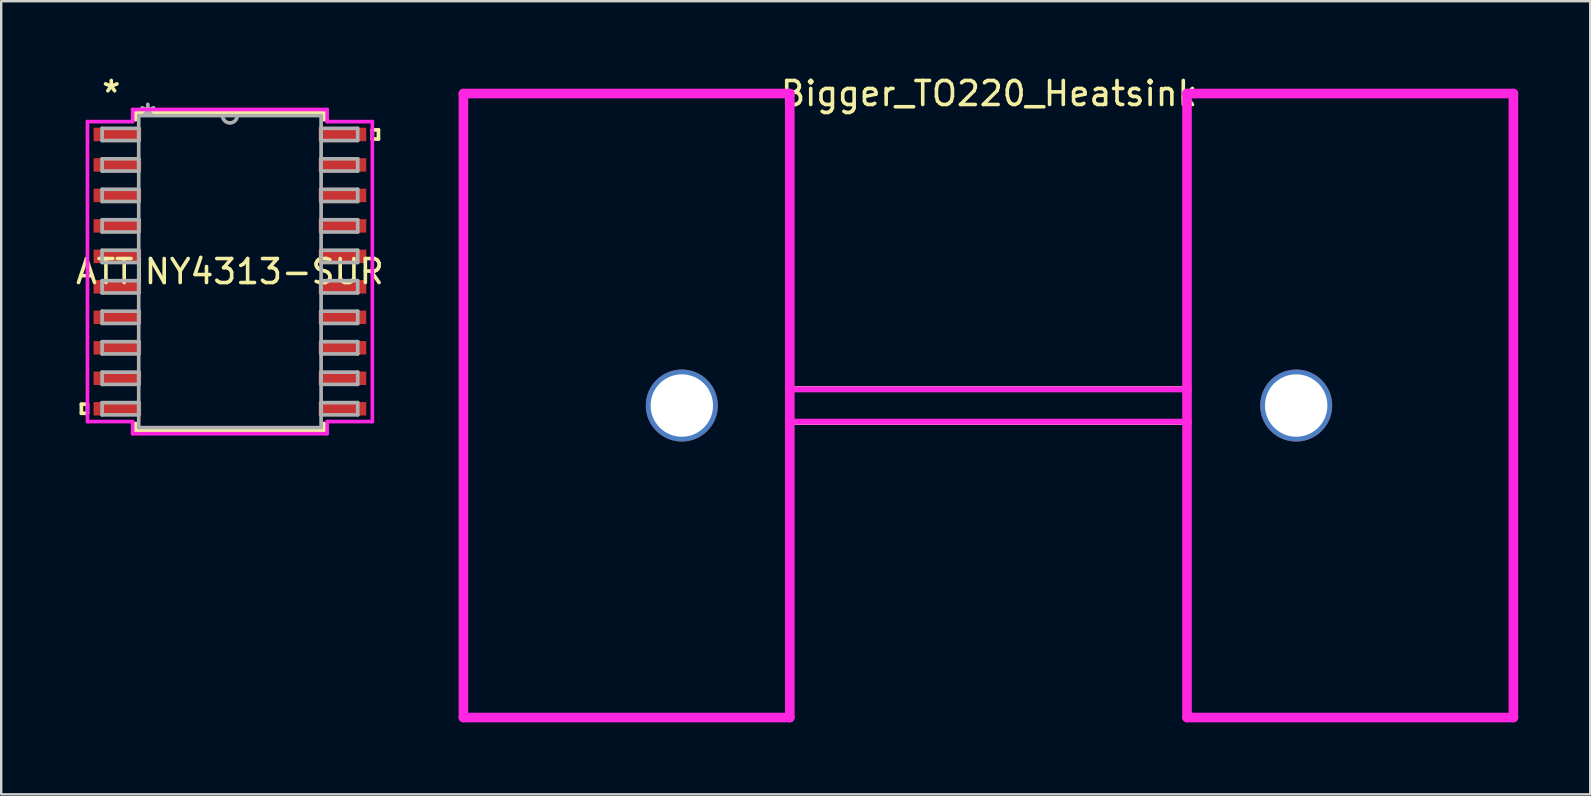
<source format=kicad_pcb>
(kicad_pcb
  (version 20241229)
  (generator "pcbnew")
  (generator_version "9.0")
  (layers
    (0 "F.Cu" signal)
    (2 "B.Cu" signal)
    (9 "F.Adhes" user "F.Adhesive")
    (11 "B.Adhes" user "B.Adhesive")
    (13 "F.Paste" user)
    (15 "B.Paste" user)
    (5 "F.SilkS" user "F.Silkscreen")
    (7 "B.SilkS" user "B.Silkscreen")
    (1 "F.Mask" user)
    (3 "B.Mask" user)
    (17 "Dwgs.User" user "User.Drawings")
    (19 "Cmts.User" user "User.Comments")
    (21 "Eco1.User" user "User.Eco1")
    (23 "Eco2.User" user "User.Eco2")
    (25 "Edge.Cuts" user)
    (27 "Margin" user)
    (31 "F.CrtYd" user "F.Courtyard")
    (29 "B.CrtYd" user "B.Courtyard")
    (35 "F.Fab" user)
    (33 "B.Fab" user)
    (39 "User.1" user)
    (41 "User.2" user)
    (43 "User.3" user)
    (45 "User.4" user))
  (footprint "Bigger_TO220_Heatsink"
    (layer "F.Cu")
    (at 38.16 13.848)
    (property "Reference" "Bigger_TO220_Heatsink" (at 0 -13 0) (layer "F.SilkS") (effects (font (size 1 1) (thickness 0.15))))
    (attr through_hole)
    (fp_line (start -21.9 -13) (end -8.3 -13) (stroke (width 0.2) (type solid)) (layer "F.SilkS"))
    (fp_line (start -21.9 13) (end -21.9 -13) (stroke (width 0.2) (type solid)) (layer "F.SilkS"))
    (fp_line (start -8.3 -13) (end -8.3 13) (stroke (width 0.2) (type solid)) (layer "F.SilkS"))
    (fp_line (start -8.3 -0.75) (end 8.25 -0.75) (stroke (width 0.12) (type solid)) (layer "F.SilkS"))
    (fp_line (start -8.3 0.75) (end 8.25 0.75) (stroke (width 0.12) (type solid)) (layer "F.SilkS"))
    (fp_line (start -8.3 13) (end -21.9 13) (stroke (width 0.2) (type solid)) (layer "F.SilkS"))
    (fp_line (start 8.25 -13) (end 21.85 -13) (stroke (width 0.2) (type solid)) (layer "F.SilkS"))
    (fp_line (start 8.25 13) (end 8.25 -13) (stroke (width 0.2) (type solid)) (layer "F.SilkS"))
    (fp_line (start 21.85 -13) (end 21.85 13) (stroke (width 0.2) (type solid)) (layer "F.SilkS"))
    (fp_line (start 21.85 13) (end 8.25 13) (stroke (width 0.2) (type solid)) (layer "F.SilkS"))
    (fp_line (start -21.9 -13) (end -8.3 -13) (stroke (width 0.4) (type solid)) (layer "F.CrtYd"))
    (fp_line (start -21.9 13) (end -21.9 -13) (stroke (width 0.4) (type solid)) (layer "F.CrtYd"))
    (fp_line (start -8.3 -13) (end -8.3 -0.675) (stroke (width 0.4) (type solid)) (layer "F.CrtYd"))
    (fp_line (start -8.3 -0.675) (end -8.3 0.675) (stroke (width 0.4) (type solid)) (layer "F.CrtYd"))
    (fp_line (start -8.3 -0.675) (end 8.25 -0.675) (stroke (width 0.25) (type solid)) (layer "F.CrtYd"))
    (fp_line (start -8.3 0.675) (end -8.3 13) (stroke (width 0.4) (type solid)) (layer "F.CrtYd"))
    (fp_line (start -8.3 0.675) (end 8.25 0.675) (stroke (width 0.25) (type solid)) (layer "F.CrtYd"))
    (fp_line (start -8.3 13) (end -21.9 13) (stroke (width 0.4) (type solid)) (layer "F.CrtYd"))
    (fp_line (start 8.25 -13) (end 8.25 -0.675) (stroke (width 0.4) (type solid)) (layer "F.CrtYd"))
    (fp_line (start 8.25 -0.675) (end 8.25 0.675) (stroke (width 0.4) (type solid)) (layer "F.CrtYd"))
    (fp_line (start 8.25 0.675) (end 8.25 13) (stroke (width 0.4) (type solid)) (layer "F.CrtYd"))
    (fp_line (start 21.85 -13) (end 8.25 -13) (stroke (width 0.4) (type solid)) (layer "F.CrtYd"))
    (fp_line (start 21.85 -13) (end 21.85 13) (stroke (width 0.4) (type solid)) (layer "F.CrtYd"))
    (fp_line (start 21.85 13) (end 8.25 13) (stroke (width 0.4) (type solid)) (layer "F.CrtYd"))
    (pad "1" thru_hole circle (at -12.8 0) (size 3 3) (drill 2.6) (layers "*.Cu" "*.Mask"))
    (pad "1" thru_hole circle (at 12.8 0) (size 3 3) (drill 2.6) (layers "*.Cu" "*.Mask")))
  (footprint "ATTINY4313-SUR"
    (layer "F.Cu")
    (at 6.53 8.267)
    (property "Reference" "ATTINY4313-SUR" (at 0 0 0) (layer "F.SilkS") (effects (font (size 1 1) (thickness 0.15))))
    (attr through_hole)
    (fp_line (start -6.189 5.524) (end -6.189 5.905) (stroke (width 0.152) (type solid)) (layer "F.SilkS"))
    (fp_line (start -6.189 5.905) (end -5.935 5.905) (stroke (width 0.152) (type solid)) (layer "F.SilkS"))
    (fp_line (start -5.935 5.524) (end -6.189 5.524) (stroke (width 0.152) (type solid)) (layer "F.SilkS"))
    (fp_line (start -5.935 5.905) (end -5.935 5.524) (stroke (width 0.152) (type solid)) (layer "F.SilkS"))
    (fp_line (start -3.927 -6.627) (end -3.927 -6.328) (stroke (width 0.152) (type solid)) (layer "F.SilkS"))
    (fp_line (start -3.927 6.328) (end -3.927 6.627) (stroke (width 0.152) (type solid)) (layer "F.SilkS"))
    (fp_line (start -3.927 6.627) (end 3.927 6.627) (stroke (width 0.152) (type solid)) (layer "F.SilkS"))
    (fp_line (start 3.927 -6.627) (end -3.927 -6.627) (stroke (width 0.152) (type solid)) (layer "F.SilkS"))
    (fp_line (start 3.927 -6.328) (end 3.927 -6.627) (stroke (width 0.152) (type solid)) (layer "F.SilkS"))
    (fp_line (start 3.927 6.627) (end 3.927 6.328) (stroke (width 0.152) (type solid)) (layer "F.SilkS"))
    (fp_line (start 5.935 -5.905) (end 6.189 -5.905) (stroke (width 0.152) (type solid)) (layer "F.SilkS"))
    (fp_line (start 5.935 -5.524) (end 5.935 -5.905) (stroke (width 0.152) (type solid)) (layer "F.SilkS"))
    (fp_line (start 6.189 -5.905) (end 6.189 -5.524) (stroke (width 0.152) (type solid)) (layer "F.SilkS"))
    (fp_line (start 6.189 -5.524) (end 5.935 -5.524) (stroke (width 0.152) (type solid)) (layer "F.SilkS"))
    (fp_line (start -5.935 -6.249) (end -4.054 -6.249) (stroke (width 0.152) (type solid)) (layer "F.CrtYd"))
    (fp_line (start -5.935 6.249) (end -5.935 -6.249) (stroke (width 0.152) (type solid)) (layer "F.CrtYd"))
    (fp_line (start -4.054 -6.754) (end 4.054 -6.754) (stroke (width 0.152) (type solid)) (layer "F.CrtYd"))
    (fp_line (start -4.054 -6.249) (end -4.054 -6.754) (stroke (width 0.152) (type solid)) (layer "F.CrtYd"))
    (fp_line (start -4.054 6.249) (end -5.935 6.249) (stroke (width 0.152) (type solid)) (layer "F.CrtYd"))
    (fp_line (start -4.054 6.754) (end -4.054 6.249) (stroke (width 0.152) (type solid)) (layer "F.CrtYd"))
    (fp_line (start 4.054 -6.754) (end 4.054 -6.249) (stroke (width 0.152) (type solid)) (layer "F.CrtYd"))
    (fp_line (start 4.054 -6.249) (end 5.935 -6.249) (stroke (width 0.152) (type solid)) (layer "F.CrtYd"))
    (fp_line (start 4.054 6.249) (end 4.054 6.754) (stroke (width 0.152) (type solid)) (layer "F.CrtYd"))
    (fp_line (start 4.054 6.754) (end -4.054 6.754) (stroke (width 0.152) (type solid)) (layer "F.CrtYd"))
    (fp_line (start 5.935 -6.249) (end 5.935 6.249) (stroke (width 0.152) (type solid)) (layer "F.CrtYd"))
    (fp_line (start 5.935 6.249) (end 4.054 6.249) (stroke (width 0.152) (type solid)) (layer "F.CrtYd"))
    (fp_line (start -5.325 -5.97) (end -5.325 -5.46) (stroke (width 0.152) (type solid)) (layer "F.Fab"))
    (fp_line (start -5.325 -5.46) (end -3.8 -5.46) (stroke (width 0.152) (type solid)) (layer "F.Fab"))
    (fp_line (start -5.325 -4.7) (end -5.325 -4.19) (stroke (width 0.152) (type solid)) (layer "F.Fab"))
    (fp_line (start -5.325 -4.19) (end -3.8 -4.19) (stroke (width 0.152) (type solid)) (layer "F.Fab"))
    (fp_line (start -5.325 -3.43) (end -5.325 -2.92) (stroke (width 0.152) (type solid)) (layer "F.Fab"))
    (fp_line (start -5.325 -2.92) (end -3.8 -2.92) (stroke (width 0.152) (type solid)) (layer "F.Fab"))
    (fp_line (start -5.325 -2.16) (end -5.325 -1.65) (stroke (width 0.152) (type solid)) (layer "F.Fab"))
    (fp_line (start -5.325 -1.65) (end -3.8 -1.65) (stroke (width 0.152) (type solid)) (layer "F.Fab"))
    (fp_line (start -5.325 -0.89) (end -5.325 -0.38) (stroke (width 0.152) (type solid)) (layer "F.Fab"))
    (fp_line (start -5.325 -0.38) (end -3.8 -0.38) (stroke (width 0.152) (type solid)) (layer "F.Fab"))
    (fp_line (start -5.325 0.38) (end -5.325 0.89) (stroke (width 0.152) (type solid)) (layer "F.Fab"))
    (fp_line (start -5.325 0.89) (end -3.8 0.89) (stroke (width 0.152) (type solid)) (layer "F.Fab"))
    (fp_line (start -5.325 1.65) (end -5.325 2.16) (stroke (width 0.152) (type solid)) (layer "F.Fab"))
    (fp_line (start -5.325 2.16) (end -3.8 2.16) (stroke (width 0.152) (type solid)) (layer "F.Fab"))
    (fp_line (start -5.325 2.92) (end -5.325 3.43) (stroke (width 0.152) (type solid)) (layer "F.Fab"))
    (fp_line (start -5.325 3.43) (end -3.8 3.43) (stroke (width 0.152) (type solid)) (layer "F.Fab"))
    (fp_line (start -5.325 4.19) (end -5.325 4.7) (stroke (width 0.152) (type solid)) (layer "F.Fab"))
    (fp_line (start -5.325 4.7) (end -3.8 4.7) (stroke (width 0.152) (type solid)) (layer "F.Fab"))
    (fp_line (start -5.325 5.46) (end -5.325 5.97) (stroke (width 0.152) (type solid)) (layer "F.Fab"))
    (fp_line (start -5.325 5.97) (end -3.8 5.97) (stroke (width 0.152) (type solid)) (layer "F.Fab"))
    (fp_line (start -3.8 -6.5) (end -3.8 6.5) (stroke (width 0.152) (type solid)) (layer "F.Fab"))
    (fp_line (start -3.8 -5.97) (end -5.325 -5.97) (stroke (width 0.152) (type solid)) (layer "F.Fab"))
    (fp_line (start -3.8 -5.46) (end -3.8 -5.97) (stroke (width 0.152) (type solid)) (layer "F.Fab"))
    (fp_line (start -3.8 -4.7) (end -5.325 -4.7) (stroke (width 0.152) (type solid)) (layer "F.Fab"))
    (fp_line (start -3.8 -4.19) (end -3.8 -4.7) (stroke (width 0.152) (type solid)) (layer "F.Fab"))
    (fp_line (start -3.8 -3.43) (end -5.325 -3.43) (stroke (width 0.152) (type solid)) (layer "F.Fab"))
    (fp_line (start -3.8 -2.92) (end -3.8 -3.43) (stroke (width 0.152) (type solid)) (layer "F.Fab"))
    (fp_line (start -3.8 -2.16) (end -5.325 -2.16) (stroke (width 0.152) (type solid)) (layer "F.Fab"))
    (fp_line (start -3.8 -1.65) (end -3.8 -2.16) (stroke (width 0.152) (type solid)) (layer "F.Fab"))
    (fp_line (start -3.8 -0.89) (end -5.325 -0.89) (stroke (width 0.152) (type solid)) (layer "F.Fab"))
    (fp_line (start -3.8 -0.38) (end -3.8 -0.89) (stroke (width 0.152) (type solid)) (layer "F.Fab"))
    (fp_line (start -3.8 0.38) (end -5.325 0.38) (stroke (width 0.152) (type solid)) (layer "F.Fab"))
    (fp_line (start -3.8 0.89) (end -3.8 0.38) (stroke (width 0.152) (type solid)) (layer "F.Fab"))
    (fp_line (start -3.8 1.65) (end -5.325 1.65) (stroke (width 0.152) (type solid)) (layer "F.Fab"))
    (fp_line (start -3.8 2.16) (end -3.8 1.65) (stroke (width 0.152) (type solid)) (layer "F.Fab"))
    (fp_line (start -3.8 2.92) (end -5.325 2.92) (stroke (width 0.152) (type solid)) (layer "F.Fab"))
    (fp_line (start -3.8 3.43) (end -3.8 2.92) (stroke (width 0.152) (type solid)) (layer "F.Fab"))
    (fp_line (start -3.8 4.19) (end -5.325 4.19) (stroke (width 0.152) (type solid)) (layer "F.Fab"))
    (fp_line (start -3.8 4.7) (end -3.8 4.19) (stroke (width 0.152) (type solid)) (layer "F.Fab"))
    (fp_line (start -3.8 5.46) (end -5.325 5.46) (stroke (width 0.152) (type solid)) (layer "F.Fab"))
    (fp_line (start -3.8 5.97) (end -3.8 5.46) (stroke (width 0.152) (type solid)) (layer "F.Fab"))
    (fp_line (start -3.8 6.5) (end 3.8 6.5) (stroke (width 0.152) (type solid)) (layer "F.Fab"))
    (fp_line (start 3.8 -6.5) (end -3.8 -6.5) (stroke (width 0.152) (type solid)) (layer "F.Fab"))
    (fp_line (start 3.8 -5.97) (end 3.8 -5.46) (stroke (width 0.152) (type solid)) (layer "F.Fab"))
    (fp_line (start 3.8 -5.46) (end 5.325 -5.46) (stroke (width 0.152) (type solid)) (layer "F.Fab"))
    (fp_line (start 3.8 -4.7) (end 3.8 -4.19) (stroke (width 0.152) (type solid)) (layer "F.Fab"))
    (fp_line (start 3.8 -4.19) (end 5.325 -4.19) (stroke (width 0.152) (type solid)) (layer "F.Fab"))
    (fp_line (start 3.8 -3.43) (end 3.8 -2.92) (stroke (width 0.152) (type solid)) (layer "F.Fab"))
    (fp_line (start 3.8 -2.92) (end 5.325 -2.92) (stroke (width 0.152) (type solid)) (layer "F.Fab"))
    (fp_line (start 3.8 -2.16) (end 3.8 -1.65) (stroke (width 0.152) (type solid)) (layer "F.Fab"))
    (fp_line (start 3.8 -1.65) (end 5.325 -1.65) (stroke (width 0.152) (type solid)) (layer "F.Fab"))
    (fp_line (start 3.8 -0.89) (end 3.8 -0.38) (stroke (width 0.152) (type solid)) (layer "F.Fab"))
    (fp_line (start 3.8 -0.38) (end 5.325 -0.38) (stroke (width 0.152) (type solid)) (layer "F.Fab"))
    (fp_line (start 3.8 0.38) (end 3.8 0.89) (stroke (width 0.152) (type solid)) (layer "F.Fab"))
    (fp_line (start 3.8 0.89) (end 5.325 0.89) (stroke (width 0.152) (type solid)) (layer "F.Fab"))
    (fp_line (start 3.8 1.65) (end 3.8 2.16) (stroke (width 0.152) (type solid)) (layer "F.Fab"))
    (fp_line (start 3.8 2.16) (end 5.325 2.16) (stroke (width 0.152) (type solid)) (layer "F.Fab"))
    (fp_line (start 3.8 2.92) (end 3.8 3.43) (stroke (width 0.152) (type solid)) (layer "F.Fab"))
    (fp_line (start 3.8 3.43) (end 5.325 3.43) (stroke (width 0.152) (type solid)) (layer "F.Fab"))
    (fp_line (start 3.8 4.19) (end 3.8 4.7) (stroke (width 0.152) (type solid)) (layer "F.Fab"))
    (fp_line (start 3.8 4.7) (end 5.325 4.7) (stroke (width 0.152) (type solid)) (layer "F.Fab"))
    (fp_line (start 3.8 5.46) (end 3.8 5.97) (stroke (width 0.152) (type solid)) (layer "F.Fab"))
    (fp_line (start 3.8 5.97) (end 5.325 5.97) (stroke (width 0.152) (type solid)) (layer "F.Fab"))
    (fp_line (start 3.8 6.5) (end 3.8 -6.5) (stroke (width 0.152) (type solid)) (layer "F.Fab"))
    (fp_line (start 5.325 -5.97) (end 3.8 -5.97) (stroke (width 0.152) (type solid)) (layer "F.Fab"))
    (fp_line (start 5.325 -5.46) (end 5.325 -5.97) (stroke (width 0.152) (type solid)) (layer "F.Fab"))
    (fp_line (start 5.325 -4.7) (end 3.8 -4.7) (stroke (width 0.152) (type solid)) (layer "F.Fab"))
    (fp_line (start 5.325 -4.19) (end 5.325 -4.7) (stroke (width 0.152) (type solid)) (layer "F.Fab"))
    (fp_line (start 5.325 -3.43) (end 3.8 -3.43) (stroke (width 0.152) (type solid)) (layer "F.Fab"))
    (fp_line (start 5.325 -2.92) (end 5.325 -3.43) (stroke (width 0.152) (type solid)) (layer "F.Fab"))
    (fp_line (start 5.325 -2.16) (end 3.8 -2.16) (stroke (width 0.152) (type solid)) (layer "F.Fab"))
    (fp_line (start 5.325 -1.65) (end 5.325 -2.16) (stroke (width 0.152) (type solid)) (layer "F.Fab"))
    (fp_line (start 5.325 -0.89) (end 3.8 -0.89) (stroke (width 0.152) (type solid)) (layer "F.Fab"))
    (fp_line (start 5.325 -0.38) (end 5.325 -0.89) (stroke (width 0.152) (type solid)) (layer "F.Fab"))
    (fp_line (start 5.325 0.38) (end 3.8 0.38) (stroke (width 0.152) (type solid)) (layer "F.Fab"))
    (fp_line (start 5.325 0.89) (end 5.325 0.38) (stroke (width 0.152) (type solid)) (layer "F.Fab"))
    (fp_line (start 5.325 1.65) (end 3.8 1.65) (stroke (width 0.152) (type solid)) (layer "F.Fab"))
    (fp_line (start 5.325 2.16) (end 5.325 1.65) (stroke (width 0.152) (type solid)) (layer "F.Fab"))
    (fp_line (start 5.325 2.92) (end 3.8 2.92) (stroke (width 0.152) (type solid)) (layer "F.Fab"))
    (fp_line (start 5.325 3.43) (end 5.325 2.92) (stroke (width 0.152) (type solid)) (layer "F.Fab"))
    (fp_line (start 5.325 4.19) (end 3.8 4.19) (stroke (width 0.152) (type solid)) (layer "F.Fab"))
    (fp_line (start 5.325 4.7) (end 5.325 4.19) (stroke (width 0.152) (type solid)) (layer "F.Fab"))
    (fp_line (start 5.325 5.46) (end 3.8 5.46) (stroke (width 0.152) (type solid)) (layer "F.Fab"))
    (fp_line (start 5.325 5.97) (end 5.325 5.46) (stroke (width 0.152) (type solid)) (layer "F.Fab"))
    (fp_arc (start 0.3048 -6.5) (mid 0 -6.1952) (end -0.3048 -6.5) (stroke (width 0.1524) (type solid)) (layer "F.Fab"))
    (fp_text user "*" (at -4.944 -7.419 0) (layer "F.SilkS") (effects (font (size 1 1) (thickness 0.15))))
    (fp_text user "Copyright 2016 Accelerated Designs. All rights reserved." (at 0 0 0) (layer "Cmts.User") (effects (font (size 0.127 0.127) (thickness 0.002))))
    (fp_text user "*" (at -3.419 -6.424 0) (layer "F.Fab") (effects (font (size 1 1) (thickness 0.15))))
    (pad "1" smd rect (at -4.69 -5.715) (size 1.981 0.561) (layers "F.Cu" "F.Mask" "F.Paste"))
    (pad "2" smd rect (at -4.69 -4.445) (size 1.981 0.561) (layers "F.Cu" "F.Mask" "F.Paste"))
    (pad "3" smd rect (at -4.69 -3.175) (size 1.981 0.561) (layers "F.Cu" "F.Mask" "F.Paste"))
    (pad "4" smd rect (at -4.69 -1.905) (size 1.981 0.561) (layers "F.Cu" "F.Mask" "F.Paste"))
    (pad "5" smd rect (at -4.69 -0.635) (size 1.981 0.561) (layers "F.Cu" "F.Mask" "F.Paste"))
    (pad "6" smd rect (at -4.69 0.635) (size 1.981 0.561) (layers "F.Cu" "F.Mask" "F.Paste"))
    (pad "7" smd rect (at -4.69 1.905) (size 1.981 0.561) (layers "F.Cu" "F.Mask" "F.Paste"))
    (pad "8" smd rect (at -4.69 3.175) (size 1.981 0.561) (layers "F.Cu" "F.Mask" "F.Paste"))
    (pad "9" smd rect (at -4.69 4.445) (size 1.981 0.561) (layers "F.Cu" "F.Mask" "F.Paste"))
    (pad "10" smd rect (at -4.69 5.715) (size 1.981 0.561) (layers "F.Cu" "F.Mask" "F.Paste"))
    (pad "11" smd rect (at 4.69 5.715) (size 1.981 0.561) (layers "F.Cu" "F.Mask" "F.Paste"))
    (pad "12" smd rect (at 4.69 4.445) (size 1.981 0.561) (layers "F.Cu" "F.Mask" "F.Paste"))
    (pad "13" smd rect (at 4.69 3.175) (size 1.981 0.561) (layers "F.Cu" "F.Mask" "F.Paste"))
    (pad "14" smd rect (at 4.69 1.905) (size 1.981 0.561) (layers "F.Cu" "F.Mask" "F.Paste"))
    (pad "15" smd rect (at 4.69 0.635) (size 1.981 0.561) (layers "F.Cu" "F.Mask" "F.Paste"))
    (pad "16" smd rect (at 4.69 -0.635) (size 1.981 0.561) (layers "F.Cu" "F.Mask" "F.Paste"))
    (pad "17" smd rect (at 4.69 -1.905) (size 1.981 0.561) (layers "F.Cu" "F.Mask" "F.Paste"))
    (pad "18" smd rect (at 4.69 -3.175) (size 1.981 0.561) (layers "F.Cu" "F.Mask" "F.Paste"))
    (pad "19" smd rect (at 4.69 -4.445) (size 1.981 0.561) (layers "F.Cu" "F.Mask" "F.Paste"))
    (pad "20" smd rect (at 4.69 -5.715) (size 1.981 0.561) (layers "F.Cu" "F.Mask" "F.Paste")))
  (gr_rect
    (start -3 -3)
    (end 63.21 30.048)
    (stroke (width 0.1) (type default))
    (fill no)
    (layer "Edge.Cuts")))
</source>
